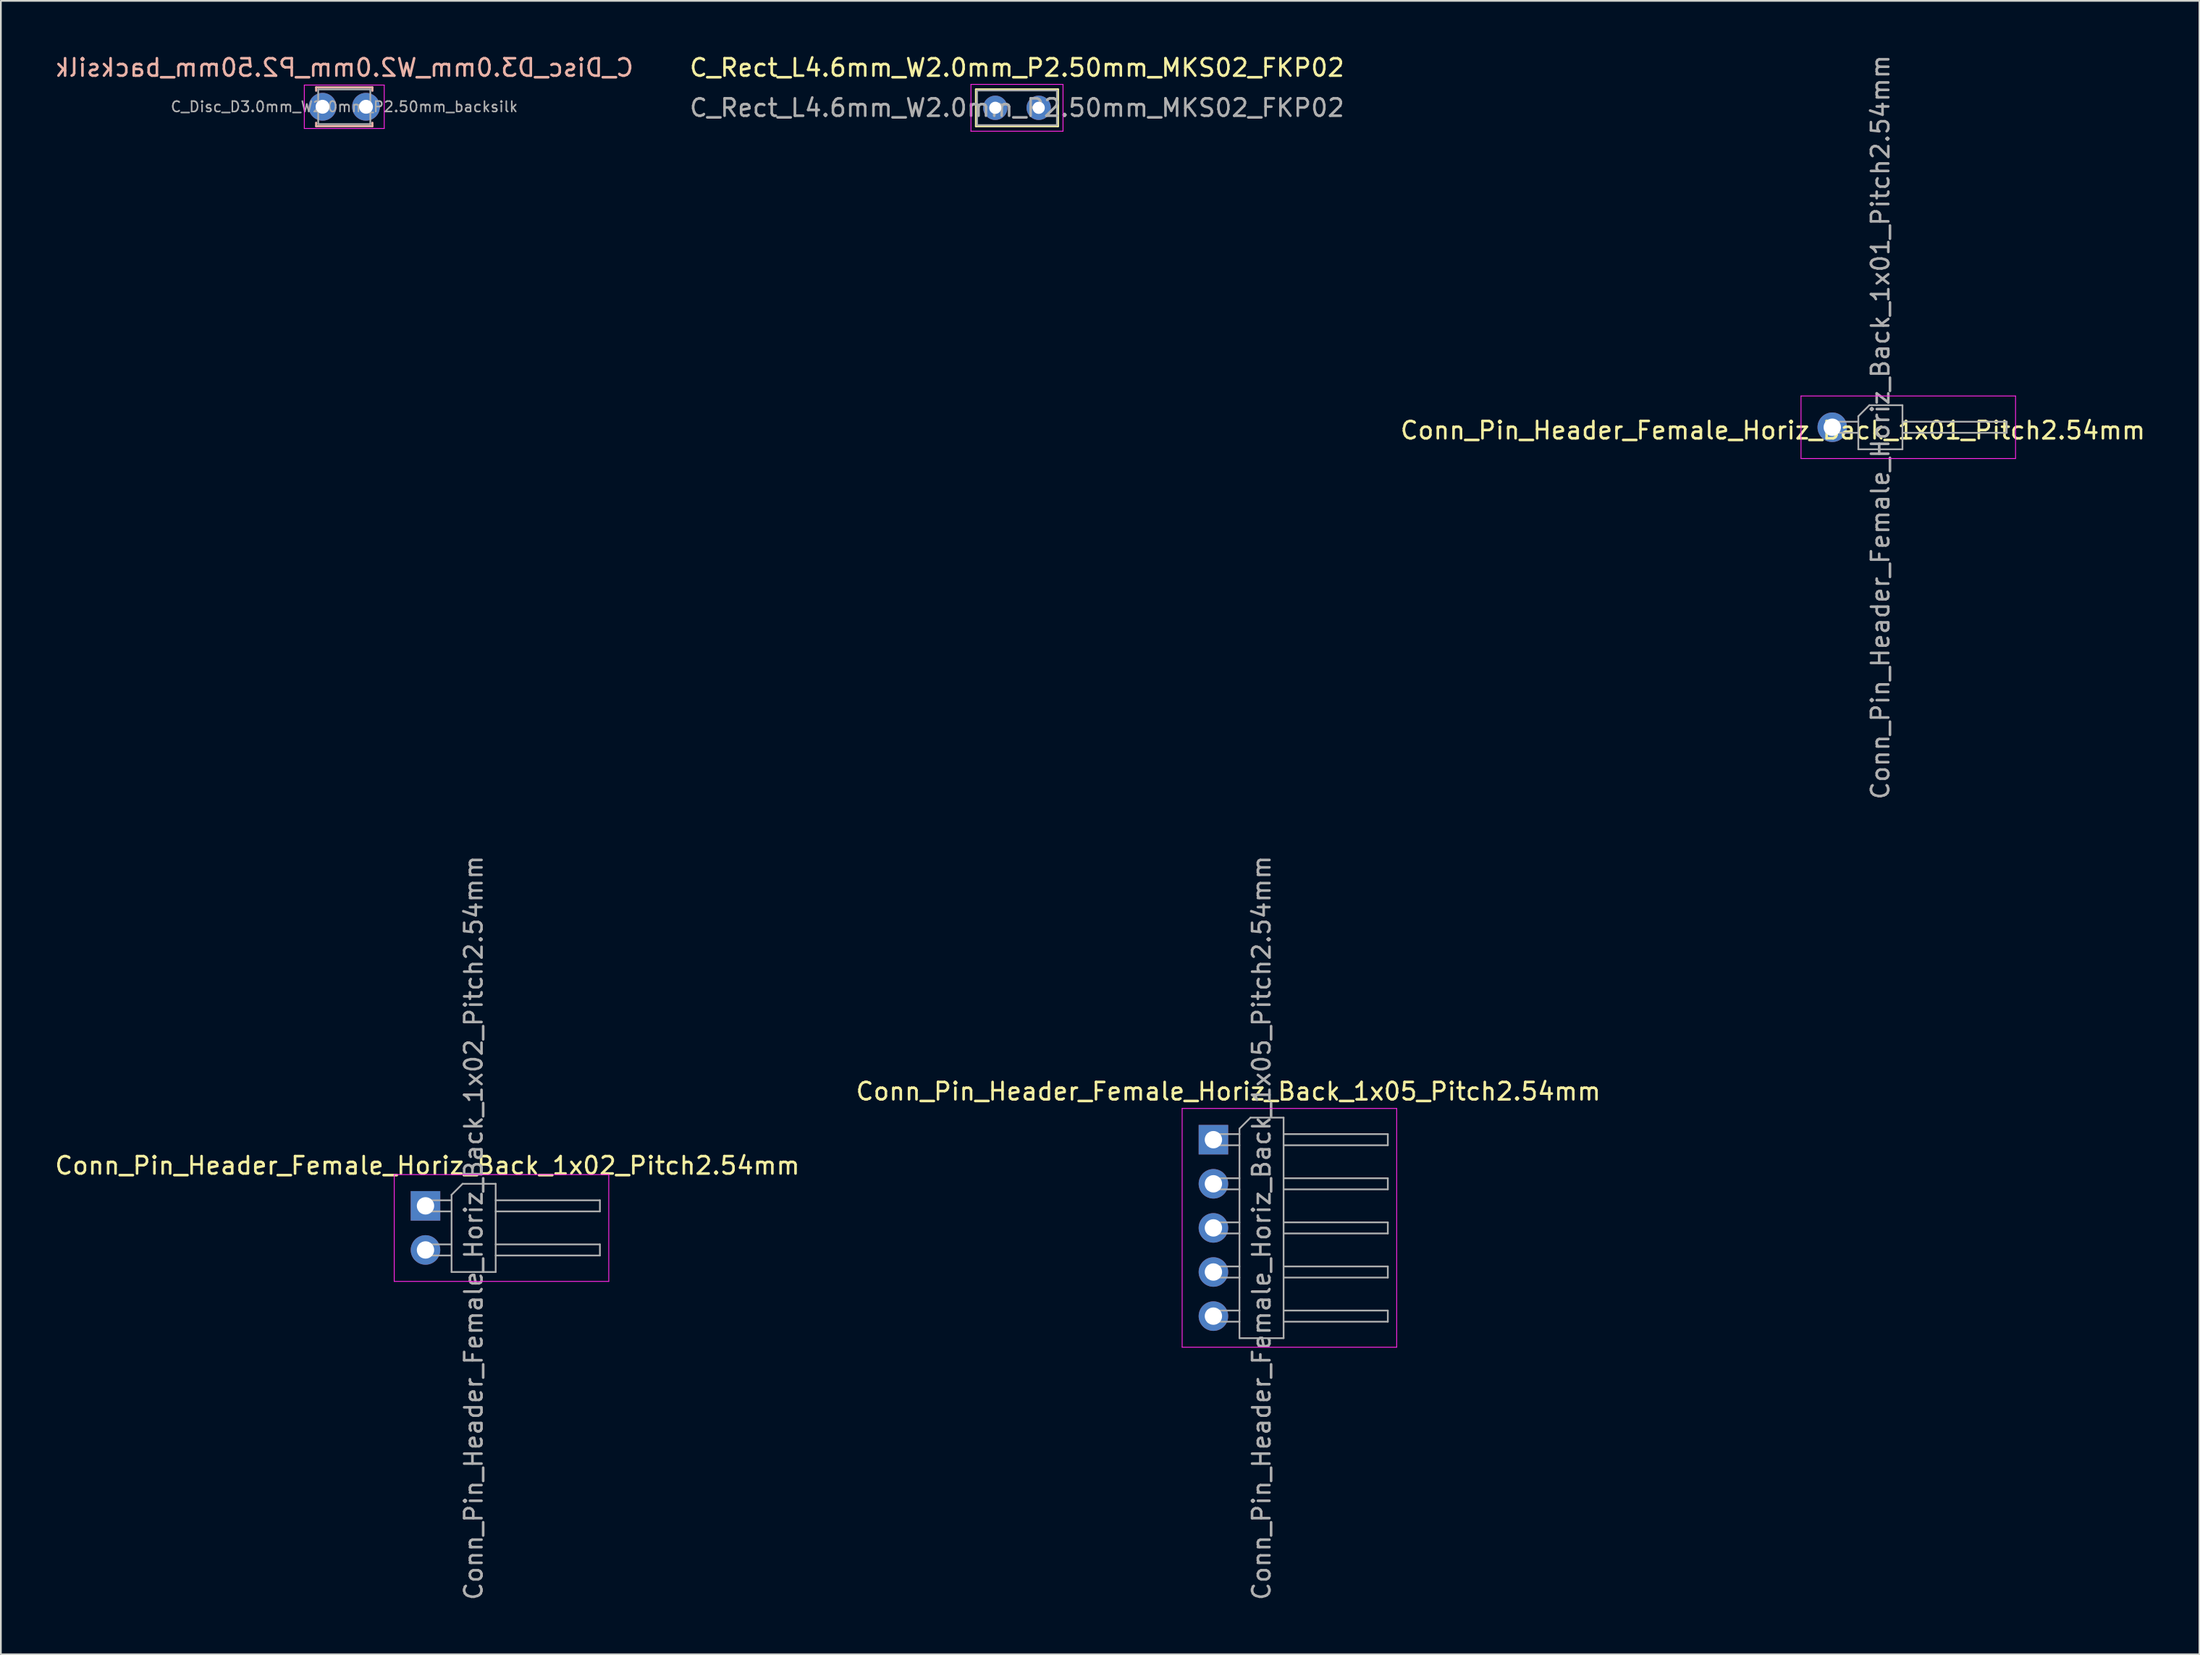
<source format=kicad_pcb>
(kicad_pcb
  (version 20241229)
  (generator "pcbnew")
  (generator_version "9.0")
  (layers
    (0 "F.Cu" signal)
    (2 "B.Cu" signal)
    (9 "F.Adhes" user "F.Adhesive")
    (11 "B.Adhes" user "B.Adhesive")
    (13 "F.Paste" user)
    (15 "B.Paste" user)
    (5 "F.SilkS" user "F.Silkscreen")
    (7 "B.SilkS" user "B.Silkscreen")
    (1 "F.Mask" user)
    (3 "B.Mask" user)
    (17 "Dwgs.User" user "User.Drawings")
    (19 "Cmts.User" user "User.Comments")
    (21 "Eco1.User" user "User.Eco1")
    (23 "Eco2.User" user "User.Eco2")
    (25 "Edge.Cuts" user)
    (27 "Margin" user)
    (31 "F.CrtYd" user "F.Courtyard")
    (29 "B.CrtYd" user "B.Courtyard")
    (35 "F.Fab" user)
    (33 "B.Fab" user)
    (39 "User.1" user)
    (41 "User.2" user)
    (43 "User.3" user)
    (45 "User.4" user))
  (footprint "Conn_Pin_Header_Female_Horiz_Back_1x02_Pitch2.54mm"
    (layer "F.Cu")
    (at 21.444 66.391)
    (property "Reference" "Conn_Pin_Header_Female_Horiz_Back_1x02_Pitch2.54mm" (at 0.11 -2.32 0) (layer "F.SilkS") (effects (font (size 1 1) (thickness 0.15))))
    (attr through_hole)
    (fp_line (start -1.8 -1.8) (end -1.8 4.35) (stroke (width 0.05) (type solid)) (layer "F.CrtYd"))
    (fp_line (start -1.8 4.35) (end 10.55 4.35) (stroke (width 0.05) (type solid)) (layer "F.CrtYd"))
    (fp_line (start 10.55 -1.8) (end -1.8 -1.8) (stroke (width 0.05) (type solid)) (layer "F.CrtYd"))
    (fp_line (start 10.55 4.35) (end 10.55 -1.8) (stroke (width 0.05) (type solid)) (layer "F.CrtYd"))
    (fp_line (start -0.32 -0.32) (end -0.32 0.32) (stroke (width 0.1) (type solid)) (layer "F.Fab"))
    (fp_line (start -0.32 -0.32) (end 1.5 -0.32) (stroke (width 0.1) (type solid)) (layer "F.Fab"))
    (fp_line (start -0.32 0.32) (end 1.5 0.32) (stroke (width 0.1) (type solid)) (layer "F.Fab"))
    (fp_line (start -0.32 2.22) (end -0.32 2.86) (stroke (width 0.1) (type solid)) (layer "F.Fab"))
    (fp_line (start -0.32 2.22) (end 1.5 2.22) (stroke (width 0.1) (type solid)) (layer "F.Fab"))
    (fp_line (start -0.32 2.86) (end 1.5 2.86) (stroke (width 0.1) (type solid)) (layer "F.Fab"))
    (fp_line (start 1.5 -0.635) (end 2.135 -1.27) (stroke (width 0.1) (type solid)) (layer "F.Fab"))
    (fp_line (start 1.5 3.81) (end 1.5 -0.635) (stroke (width 0.1) (type solid)) (layer "F.Fab"))
    (fp_line (start 2.135 -1.27) (end 4.04 -1.27) (stroke (width 0.1) (type solid)) (layer "F.Fab"))
    (fp_line (start 4.04 -1.27) (end 4.04 3.81) (stroke (width 0.1) (type solid)) (layer "F.Fab"))
    (fp_line (start 4.04 -0.32) (end 10.04 -0.32) (stroke (width 0.1) (type solid)) (layer "F.Fab"))
    (fp_line (start 4.04 0.32) (end 10.04 0.32) (stroke (width 0.1) (type solid)) (layer "F.Fab"))
    (fp_line (start 4.04 2.22) (end 10.04 2.22) (stroke (width 0.1) (type solid)) (layer "F.Fab"))
    (fp_line (start 4.04 2.86) (end 10.04 2.86) (stroke (width 0.1) (type solid)) (layer "F.Fab"))
    (fp_line (start 4.04 3.81) (end 1.5 3.81) (stroke (width 0.1) (type solid)) (layer "F.Fab"))
    (fp_line (start 10.04 -0.32) (end 10.04 0.32) (stroke (width 0.1) (type solid)) (layer "F.Fab"))
    (fp_line (start 10.04 2.22) (end 10.04 2.86) (stroke (width 0.1) (type solid)) (layer "F.Fab"))
    (fp_text user "${REFERENCE}" (at 2.77 1.27 90) (layer "F.Fab") (effects (font (size 1 1) (thickness 0.15))))
    (pad "1" thru_hole rect (at 0 0) (size 1.7 1.7) (drill 1) (layers "*.Cu" "*.Mask"))
    (pad "2" thru_hole oval (at 0 2.54) (size 1.7 1.7) (drill 1) (layers "*.Cu" "*.Mask")))
  (footprint "Conn_Pin_Header_Female_Horiz_Back_1x01_Pitch2.54mm"
    (layer "F.Cu")
    (at 102.426 21.554)
    (property "Reference" "Conn_Pin_Header_Female_Horiz_Back_1x01_Pitch2.54mm" (at -3.42 0.18 0) (layer "F.SilkS") (effects (font (size 1 1) (thickness 0.15))))
    (attr through_hole)
    (fp_line (start -1.8 -1.8) (end -1.8 1.8) (stroke (width 0.05) (type solid)) (layer "F.CrtYd"))
    (fp_line (start -1.8 1.8) (end 10.55 1.8) (stroke (width 0.05) (type solid)) (layer "F.CrtYd"))
    (fp_line (start 10.55 -1.8) (end -1.8 -1.8) (stroke (width 0.05) (type solid)) (layer "F.CrtYd"))
    (fp_line (start 10.55 1.8) (end 10.55 -1.8) (stroke (width 0.05) (type solid)) (layer "F.CrtYd"))
    (fp_line (start -0.32 -0.32) (end -0.32 0.32) (stroke (width 0.1) (type solid)) (layer "F.Fab"))
    (fp_line (start -0.32 -0.32) (end 1.5 -0.32) (stroke (width 0.1) (type solid)) (layer "F.Fab"))
    (fp_line (start -0.32 0.32) (end 1.5 0.32) (stroke (width 0.1) (type solid)) (layer "F.Fab"))
    (fp_line (start 1.5 -0.635) (end 2.135 -1.27) (stroke (width 0.1) (type solid)) (layer "F.Fab"))
    (fp_line (start 1.5 1.27) (end 1.5 -0.635) (stroke (width 0.1) (type solid)) (layer "F.Fab"))
    (fp_line (start 2.135 -1.27) (end 4.04 -1.27) (stroke (width 0.1) (type solid)) (layer "F.Fab"))
    (fp_line (start 4.04 -1.27) (end 4.04 1.27) (stroke (width 0.1) (type solid)) (layer "F.Fab"))
    (fp_line (start 4.04 -0.32) (end 10.04 -0.32) (stroke (width 0.1) (type solid)) (layer "F.Fab"))
    (fp_line (start 4.04 0.32) (end 10.04 0.32) (stroke (width 0.1) (type solid)) (layer "F.Fab"))
    (fp_line (start 4.04 1.27) (end 1.5 1.27) (stroke (width 0.1) (type solid)) (layer "F.Fab"))
    (fp_line (start 10.04 -0.32) (end 10.04 0.32) (stroke (width 0.1) (type solid)) (layer "F.Fab"))
    (fp_text user "${REFERENCE}" (at 2.77 0 90) (layer "F.Fab") (effects (font (size 1 1) (thickness 0.15))))
    (pad "1" thru_hole circle (at 0 0) (size 1.7 1.7) (drill 1) (layers "*.Cu" "*.Mask")))
  (footprint "C_Disc_D3.0mm_W2.0mm_P2.50mm_backsilk"
    (layer "F.Cu")
    (at 15.518 3.098)
    (property "Reference" "C_Disc_D3.0mm_W2.0mm_P2.50mm_backsilk" (at 1.25 -2.25 0) (layer "B.SilkS") (effects (font (size 1 1) (thickness 0.15)) (justify mirror)))
    (attr through_hole)
    (fp_line (start -0.37 -1.12) (end -0.37 -0.92) (stroke (width 0.12) (type solid)) (layer "B.SilkS"))
    (fp_line (start -0.37 -1.12) (end 2.87 -1.12) (stroke (width 0.12) (type solid)) (layer "B.SilkS"))
    (fp_line (start -0.37 0.92) (end -0.37 1.12) (stroke (width 0.12) (type solid)) (layer "B.SilkS"))
    (fp_line (start -0.37 1.12) (end 2.87 1.12) (stroke (width 0.12) (type solid)) (layer "B.SilkS"))
    (fp_line (start 2.87 -1.12) (end 2.87 -0.92) (stroke (width 0.12) (type solid)) (layer "B.SilkS"))
    (fp_line (start 2.87 0.92) (end 2.87 1.12) (stroke (width 0.12) (type solid)) (layer "B.SilkS"))
    (fp_line (start -1.05 -1.25) (end -1.05 1.25) (stroke (width 0.05) (type solid)) (layer "F.CrtYd"))
    (fp_line (start -1.05 1.25) (end 3.55 1.25) (stroke (width 0.05) (type solid)) (layer "F.CrtYd"))
    (fp_line (start 3.55 -1.25) (end -1.05 -1.25) (stroke (width 0.05) (type solid)) (layer "F.CrtYd"))
    (fp_line (start 3.55 1.25) (end 3.55 -1.25) (stroke (width 0.05) (type solid)) (layer "F.CrtYd"))
    (fp_line (start -0.25 -1) (end -0.25 1) (stroke (width 0.1) (type solid)) (layer "F.Fab"))
    (fp_line (start -0.25 1) (end 2.75 1) (stroke (width 0.1) (type solid)) (layer "F.Fab"))
    (fp_line (start 2.75 -1) (end -0.25 -1) (stroke (width 0.1) (type solid)) (layer "F.Fab"))
    (fp_line (start 2.75 1) (end 2.75 -1) (stroke (width 0.1) (type solid)) (layer "F.Fab"))
    (fp_text user "${REFERENCE}" (at 1.25 0 0) (layer "F.Fab") (effects (font (size 0.6 0.6) (thickness 0.09))))
    (pad "1" thru_hole circle (at 0 0) (size 1.6 1.6) (drill 0.8) (layers "*.Cu" "*.Mask"))
    (pad "2" thru_hole circle (at 2.5 0) (size 1.6 1.6) (drill 0.8) (layers "*.Cu" "*.Mask")))
  (footprint "C_Rect_L4.6mm_W2.0mm_P2.50mm_MKS02_FKP02"
    (layer "F.Cu")
    (at 54.244 3.158)
    (property "Reference" "C_Rect_L4.6mm_W2.0mm_P2.50mm_MKS02_FKP02" (at 1.25 -2.31 0) (layer "F.SilkS") (effects (font (size 1 1) (thickness 0.15))))
    (attr through_hole)
    (fp_line (start -1.11 -1.06) (end -1.11 1.06) (stroke (width 0.12) (type solid)) (layer "F.SilkS"))
    (fp_line (start -1.11 -1.06) (end 3.61 -1.06) (stroke (width 0.12) (type solid)) (layer "F.SilkS"))
    (fp_line (start -1.11 1.06) (end 3.61 1.06) (stroke (width 0.12) (type solid)) (layer "F.SilkS"))
    (fp_line (start 3.61 -1.06) (end 3.61 1.06) (stroke (width 0.12) (type solid)) (layer "F.SilkS"))
    (fp_line (start -1.4 -1.35) (end -1.4 1.35) (stroke (width 0.05) (type solid)) (layer "F.CrtYd"))
    (fp_line (start -1.4 1.35) (end 3.9 1.35) (stroke (width 0.05) (type solid)) (layer "F.CrtYd"))
    (fp_line (start 3.9 -1.35) (end -1.4 -1.35) (stroke (width 0.05) (type solid)) (layer "F.CrtYd"))
    (fp_line (start 3.9 1.35) (end 3.9 -1.35) (stroke (width 0.05) (type solid)) (layer "F.CrtYd"))
    (fp_line (start -1.05 -1) (end -1.05 1) (stroke (width 0.1) (type solid)) (layer "F.Fab"))
    (fp_line (start -1.05 1) (end 3.55 1) (stroke (width 0.1) (type solid)) (layer "F.Fab"))
    (fp_line (start 3.55 -1) (end -1.05 -1) (stroke (width 0.1) (type solid)) (layer "F.Fab"))
    (fp_line (start 3.55 1) (end 3.55 -1) (stroke (width 0.1) (type solid)) (layer "F.Fab"))
    (fp_text user "${REFERENCE}" (at 1.25 0 0) (layer "F.Fab") (effects (font (size 1 1) (thickness 0.15))))
    (pad "1" thru_hole circle (at 0 0) (size 1.4 1.4) (drill 0.7) (layers "*.Cu" "*.Mask"))
    (pad "2" thru_hole circle (at 2.5 0) (size 1.4 1.4) (drill 0.7) (layers "*.Cu" "*.Mask")))
  (footprint "Conn_Pin_Header_Female_Horiz_Back_1x05_Pitch2.54mm"
    (layer "F.Cu")
    (at 66.801 62.581)
    (property "Reference" "Conn_Pin_Header_Female_Horiz_Back_1x05_Pitch2.54mm" (at 0.86 -2.78 0) (layer "F.SilkS") (effects (font (size 1 1) (thickness 0.15))))
    (attr through_hole)
    (fp_line (start -1.8 -1.8) (end -1.8 11.95) (stroke (width 0.05) (type solid)) (layer "F.CrtYd"))
    (fp_line (start -1.8 11.95) (end 10.55 11.95) (stroke (width 0.05) (type solid)) (layer "F.CrtYd"))
    (fp_line (start 10.55 -1.8) (end -1.8 -1.8) (stroke (width 0.05) (type solid)) (layer "F.CrtYd"))
    (fp_line (start 10.55 11.95) (end 10.55 -1.8) (stroke (width 0.05) (type solid)) (layer "F.CrtYd"))
    (fp_line (start -0.32 -0.32) (end -0.32 0.32) (stroke (width 0.1) (type solid)) (layer "F.Fab"))
    (fp_line (start -0.32 -0.32) (end 1.5 -0.32) (stroke (width 0.1) (type solid)) (layer "F.Fab"))
    (fp_line (start -0.32 0.32) (end 1.5 0.32) (stroke (width 0.1) (type solid)) (layer "F.Fab"))
    (fp_line (start -0.32 2.22) (end -0.32 2.86) (stroke (width 0.1) (type solid)) (layer "F.Fab"))
    (fp_line (start -0.32 2.22) (end 1.5 2.22) (stroke (width 0.1) (type solid)) (layer "F.Fab"))
    (fp_line (start -0.32 2.86) (end 1.5 2.86) (stroke (width 0.1) (type solid)) (layer "F.Fab"))
    (fp_line (start -0.32 4.76) (end -0.32 5.4) (stroke (width 0.1) (type solid)) (layer "F.Fab"))
    (fp_line (start -0.32 4.76) (end 1.5 4.76) (stroke (width 0.1) (type solid)) (layer "F.Fab"))
    (fp_line (start -0.32 5.4) (end 1.5 5.4) (stroke (width 0.1) (type solid)) (layer "F.Fab"))
    (fp_line (start -0.32 7.3) (end -0.32 7.94) (stroke (width 0.1) (type solid)) (layer "F.Fab"))
    (fp_line (start -0.32 7.3) (end 1.5 7.3) (stroke (width 0.1) (type solid)) (layer "F.Fab"))
    (fp_line (start -0.32 7.94) (end 1.5 7.94) (stroke (width 0.1) (type solid)) (layer "F.Fab"))
    (fp_line (start -0.32 9.84) (end -0.32 10.48) (stroke (width 0.1) (type solid)) (layer "F.Fab"))
    (fp_line (start -0.32 9.84) (end 1.5 9.84) (stroke (width 0.1) (type solid)) (layer "F.Fab"))
    (fp_line (start -0.32 10.48) (end 1.5 10.48) (stroke (width 0.1) (type solid)) (layer "F.Fab"))
    (fp_line (start 1.5 -0.635) (end 2.135 -1.27) (stroke (width 0.1) (type solid)) (layer "F.Fab"))
    (fp_line (start 1.5 11.43) (end 1.5 -0.635) (stroke (width 0.1) (type solid)) (layer "F.Fab"))
    (fp_line (start 2.135 -1.27) (end 4.04 -1.27) (stroke (width 0.1) (type solid)) (layer "F.Fab"))
    (fp_line (start 4.04 -1.27) (end 4.04 11.43) (stroke (width 0.1) (type solid)) (layer "F.Fab"))
    (fp_line (start 4.04 -0.32) (end 10.04 -0.32) (stroke (width 0.1) (type solid)) (layer "F.Fab"))
    (fp_line (start 4.04 0.32) (end 10.04 0.32) (stroke (width 0.1) (type solid)) (layer "F.Fab"))
    (fp_line (start 4.04 2.22) (end 10.04 2.22) (stroke (width 0.1) (type solid)) (layer "F.Fab"))
    (fp_line (start 4.04 2.86) (end 10.04 2.86) (stroke (width 0.1) (type solid)) (layer "F.Fab"))
    (fp_line (start 4.04 4.76) (end 10.04 4.76) (stroke (width 0.1) (type solid)) (layer "F.Fab"))
    (fp_line (start 4.04 5.4) (end 10.04 5.4) (stroke (width 0.1) (type solid)) (layer "F.Fab"))
    (fp_line (start 4.04 7.3) (end 10.04 7.3) (stroke (width 0.1) (type solid)) (layer "F.Fab"))
    (fp_line (start 4.04 7.94) (end 10.04 7.94) (stroke (width 0.1) (type solid)) (layer "F.Fab"))
    (fp_line (start 4.04 9.84) (end 10.04 9.84) (stroke (width 0.1) (type solid)) (layer "F.Fab"))
    (fp_line (start 4.04 10.48) (end 10.04 10.48) (stroke (width 0.1) (type solid)) (layer "F.Fab"))
    (fp_line (start 4.04 11.43) (end 1.5 11.43) (stroke (width 0.1) (type solid)) (layer "F.Fab"))
    (fp_line (start 10.04 -0.32) (end 10.04 0.32) (stroke (width 0.1) (type solid)) (layer "F.Fab"))
    (fp_line (start 10.04 2.22) (end 10.04 2.86) (stroke (width 0.1) (type solid)) (layer "F.Fab"))
    (fp_line (start 10.04 4.76) (end 10.04 5.4) (stroke (width 0.1) (type solid)) (layer "F.Fab"))
    (fp_line (start 10.04 7.3) (end 10.04 7.94) (stroke (width 0.1) (type solid)) (layer "F.Fab"))
    (fp_line (start 10.04 9.84) (end 10.04 10.48) (stroke (width 0.1) (type solid)) (layer "F.Fab"))
    (fp_text user "${REFERENCE}" (at 2.77 5.08 90) (layer "F.Fab") (effects (font (size 1 1) (thickness 0.15))))
    (pad "1" thru_hole rect (at 0 0) (size 1.7 1.7) (drill 1) (layers "*.Cu" "*.Mask"))
    (pad "2" thru_hole oval (at 0 2.54) (size 1.7 1.7) (drill 1) (layers "*.Cu" "*.Mask"))
    (pad "3" thru_hole oval (at 0 5.08) (size 1.7 1.7) (drill 1) (layers "*.Cu" "*.Mask"))
    (pad "4" thru_hole oval (at 0 7.62) (size 1.7 1.7) (drill 1) (layers "*.Cu" "*.Mask"))
    (pad "5" thru_hole oval (at 0 10.16) (size 1.7 1.7) (drill 1) (layers "*.Cu" "*.Mask")))
  (gr_rect
    (start -3 -3)
    (end 123.56 92.214)
    (stroke (width 0.1) (type default))
    (fill no)
    (layer "Edge.Cuts")))
</source>
